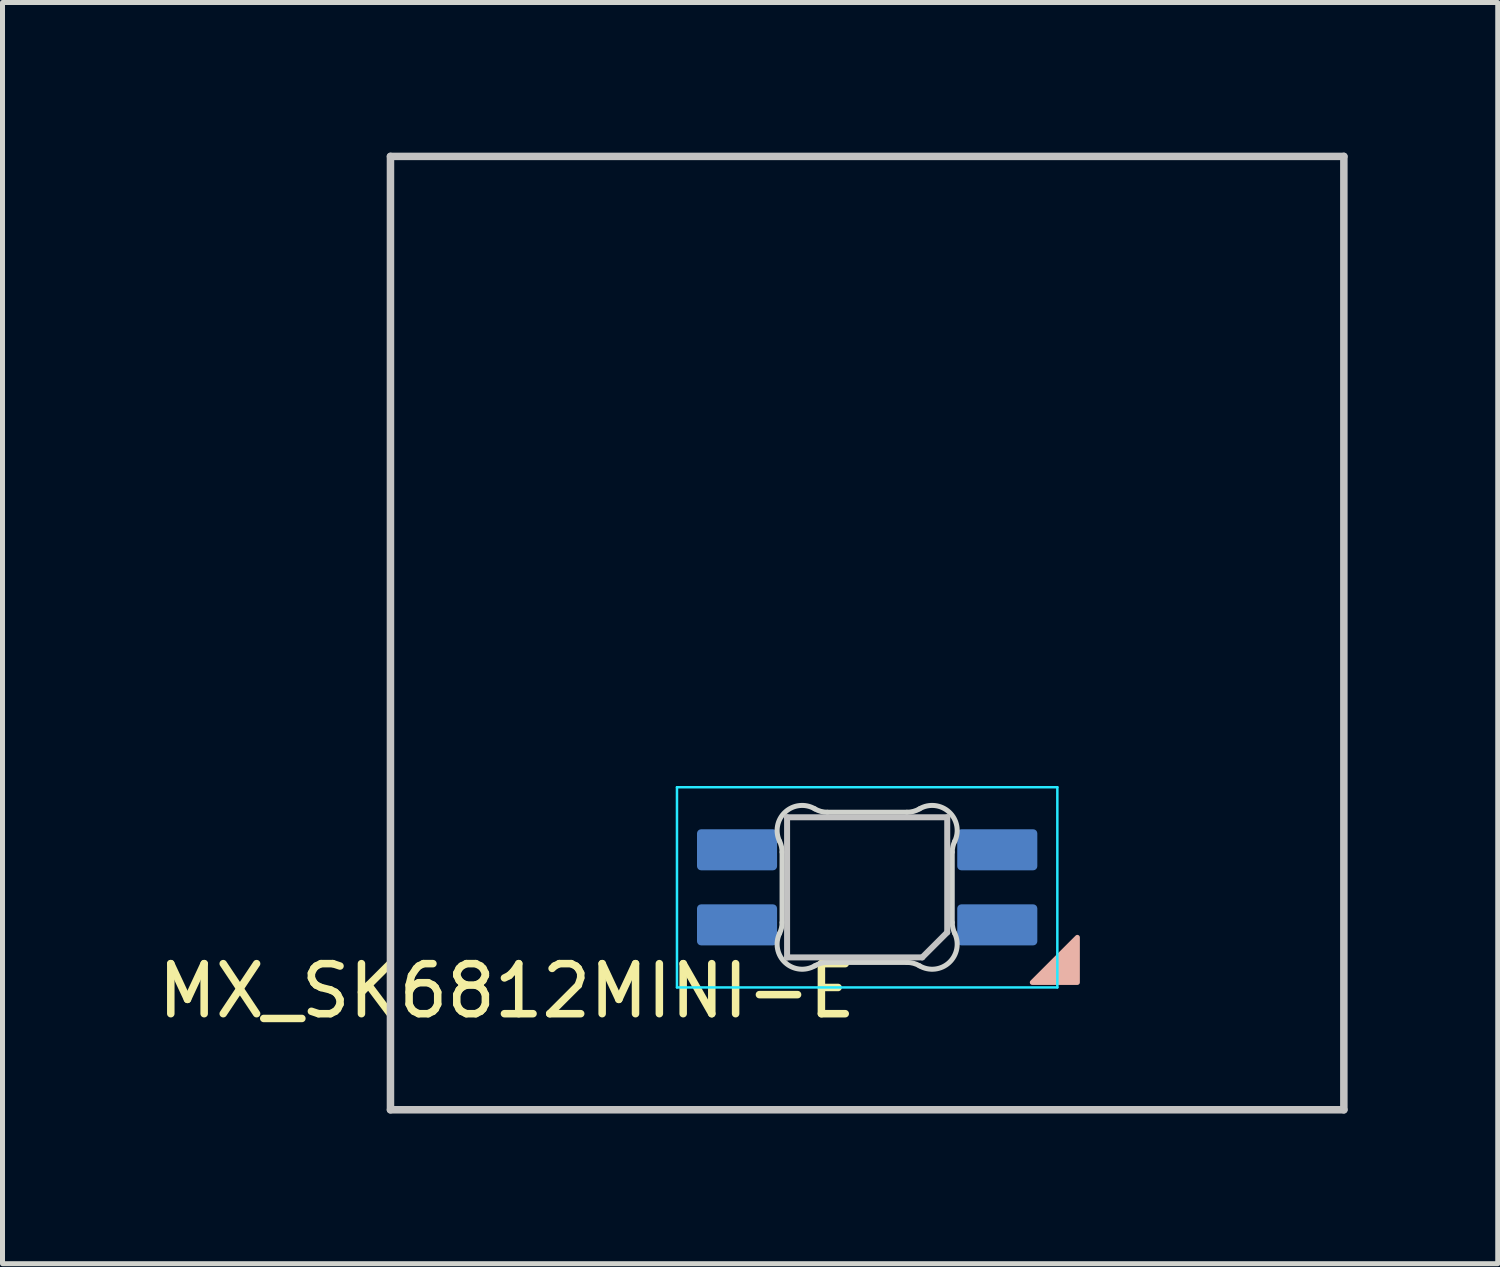
<source format=kicad_pcb>
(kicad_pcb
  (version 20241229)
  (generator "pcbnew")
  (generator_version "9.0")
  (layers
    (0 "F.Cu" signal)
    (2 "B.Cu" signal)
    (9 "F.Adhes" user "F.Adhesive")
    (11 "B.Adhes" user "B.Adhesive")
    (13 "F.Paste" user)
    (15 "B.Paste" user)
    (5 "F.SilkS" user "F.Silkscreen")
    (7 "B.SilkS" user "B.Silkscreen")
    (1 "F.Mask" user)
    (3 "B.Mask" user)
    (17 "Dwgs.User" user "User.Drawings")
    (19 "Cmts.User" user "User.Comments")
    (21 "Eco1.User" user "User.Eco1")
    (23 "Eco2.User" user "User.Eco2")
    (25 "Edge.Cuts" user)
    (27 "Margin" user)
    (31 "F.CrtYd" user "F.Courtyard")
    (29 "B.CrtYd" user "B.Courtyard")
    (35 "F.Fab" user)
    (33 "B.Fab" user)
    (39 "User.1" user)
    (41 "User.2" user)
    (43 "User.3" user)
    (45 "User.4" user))
  (footprint "MX_SK6812MINI-E"
    (layer "F.Cu")
    (at 14.277 9.6)
    (property "Reference" "MX_SK6812MINI-E" (at -7.2 7.15 180) (layer "F.SilkS") (effects (font (size 1 1) (thickness 0.15))))
    (attr through_hole)
    (fp_poly (pts (xy 4.2 6.08) (xy 3.3 6.98) (xy 4.2 6.98)) (stroke (width 0.1) (type solid)) (fill yes) (layer "B.SilkS"))
    (fp_line (start -9.525 -9.525) (end 9.525 -9.525) (stroke (width 0.15) (type solid)) (layer "Dwgs.User"))
    (fp_line (start -9.525 9.525) (end -9.525 -9.525) (stroke (width 0.15) (type solid)) (layer "Dwgs.User"))
    (fp_line (start -1.6 3.68) (end -1.6 6.48) (stroke (width 0.12) (type solid)) (layer "Dwgs.User"))
    (fp_line (start -1.6 6.48) (end 1.1 6.48) (stroke (width 0.12) (type solid)) (layer "Dwgs.User"))
    (fp_line (start 1.6 3.68) (end -1.6 3.68) (stroke (width 0.12) (type solid)) (layer "Dwgs.User"))
    (fp_line (start 1.6 5.98) (end 1.1 6.48) (stroke (width 0.12) (type solid)) (layer "Dwgs.User"))
    (fp_line (start 1.6 5.98) (end 1.6 3.68) (stroke (width 0.12) (type solid)) (layer "Dwgs.User"))
    (fp_line (start 9.525 -9.525) (end 9.525 9.525) (stroke (width 0.15) (type solid)) (layer "Dwgs.User"))
    (fp_line (start 9.525 9.525) (end -9.525 9.525) (stroke (width 0.15) (type solid)) (layer "Dwgs.User"))
    (fp_line (start -1.7 5.783) (end -1.7 4.377) (stroke (width 0.1) (type solid)) (layer "Edge.Cuts"))
    (fp_line (start -0.794 3.58) (end 0.794 3.58) (stroke (width 0.1) (type solid)) (layer "Edge.Cuts"))
    (fp_line (start 0.794 6.58) (end -0.794 6.58) (stroke (width 0.1) (type solid)) (layer "Edge.Cuts"))
    (fp_line (start 1.7 4.377) (end 1.7 5.783) (stroke (width 0.1) (type solid)) (layer "Edge.Cuts"))
    (fp_arc (start -1.749485 4.160279) (mid -1.712528 4.265931) (end -1.7 4.377157) (stroke (width 0.1) (type solid)) (layer "Edge.Cuts"))
    (fp_arc (start -1.749484 4.160279) (mid -1.638071 3.575964) (end -1.046711 3.5117) (stroke (width 0.1) (type solid)) (layer "Edge.Cuts"))
    (fp_arc (start -1.7 5.782842) (mid -1.712528 5.894067) (end -1.749485 5.999719) (stroke (width 0.1) (type solid)) (layer "Edge.Cuts"))
    (fp_arc (start -1.046711 6.648296) (mid -1.63807 6.584033) (end -1.749484 5.999719) (stroke (width 0.1) (type solid)) (layer "Edge.Cuts"))
    (fp_arc (start -1.046711 6.648296) (mid -0.925123 6.597374) (end -0.794452 6.579997) (stroke (width 0.1) (type solid)) (layer "Edge.Cuts"))
    (fp_arc (start -0.794453 3.579999) (mid -0.925123 3.562622) (end -1.046711 3.5117) (stroke (width 0.1) (type solid)) (layer "Edge.Cuts"))
    (fp_arc (start 0.794452 6.58) (mid 0.925123 6.597377) (end 1.046711 6.648299) (stroke (width 0.1) (type solid)) (layer "Edge.Cuts"))
    (fp_arc (start 1.04671 3.5117) (mid 0.925123 3.562622) (end 0.794453 3.579999) (stroke (width 0.1) (type solid)) (layer "Edge.Cuts"))
    (fp_arc (start 1.046711 3.511701) (mid 1.638071 3.575964) (end 1.749484 4.160279) (stroke (width 0.1) (type solid)) (layer "Edge.Cuts"))
    (fp_arc (start 1.700001 4.377156) (mid 1.712527 4.26593) (end 1.749484 4.160279) (stroke (width 0.1) (type solid)) (layer "Edge.Cuts"))
    (fp_arc (start 1.749484 5.999718) (mid 1.638072 6.584034) (end 1.046711 6.648298) (stroke (width 0.1) (type solid)) (layer "Edge.Cuts"))
    (fp_arc (start 1.749485 5.999718) (mid 1.712518 5.894069) (end 1.70001 5.782841) (stroke (width 0.1) (type solid)) (layer "Edge.Cuts"))
    (fp_line (start -3.8 3.08) (end -3.8 7.08) (stroke (width 0.05) (type solid)) (layer "B.CrtYd"))
    (fp_line (start -3.8 7.08) (end 3.8 7.08) (stroke (width 0.05) (type solid)) (layer "B.CrtYd"))
    (fp_line (start 3.8 3.08) (end -3.8 3.08) (stroke (width 0.05) (type solid)) (layer "B.CrtYd"))
    (fp_line (start 3.8 7.08) (end 3.8 3.08) (stroke (width 0.05) (type solid)) (layer "B.CrtYd"))
    (pad "1" smd roundrect (at -2.6 4.33 270) (size 0.82 1.6) (layers "B.Cu" "B.Mask" "B.Paste") (roundrect_rratio 0.1))
    (pad "2" smd roundrect (at -2.6 5.83 270) (size 0.82 1.6) (layers "B.Cu" "B.Mask" "B.Paste") (roundrect_rratio 0.1))
    (pad "3" smd roundrect (at 2.6 5.83 270) (size 0.82 1.6) (layers "B.Cu" "B.Mask" "B.Paste") (roundrect_rratio 0.1))
    (pad "4" smd roundrect (at 2.6 4.33 270) (size 0.82 1.6) (layers "B.Cu" "B.Mask" "B.Paste") (roundrect_rratio 0.1))
    (zone (net_name "") (layers "F.Cu" "B.Cu" "F.SilkS") (hatch edge 0.5) (connect_pads) (min_thickness 0.25) (filled_areas_thickness no) (keepout (tracks not_allowed) (vias not_allowed) (pads not_allowed) (copperpour allowed) (footprints allowed)) (placement (enabled no)) (fill) (polygon (pts (xy 13.497 13.16) (xy 16.077 13.15) (xy 16.047 16.21) (xy 12.477 16.16) (xy 12.467 14.795) (xy 12.457 13.43)))))
  (gr_rect
    (start -3 -3)
    (end 26.877 22.2)
    (stroke (width 0.1) (type default))
    (fill no)
    (layer "Edge.Cuts")))
</source>
